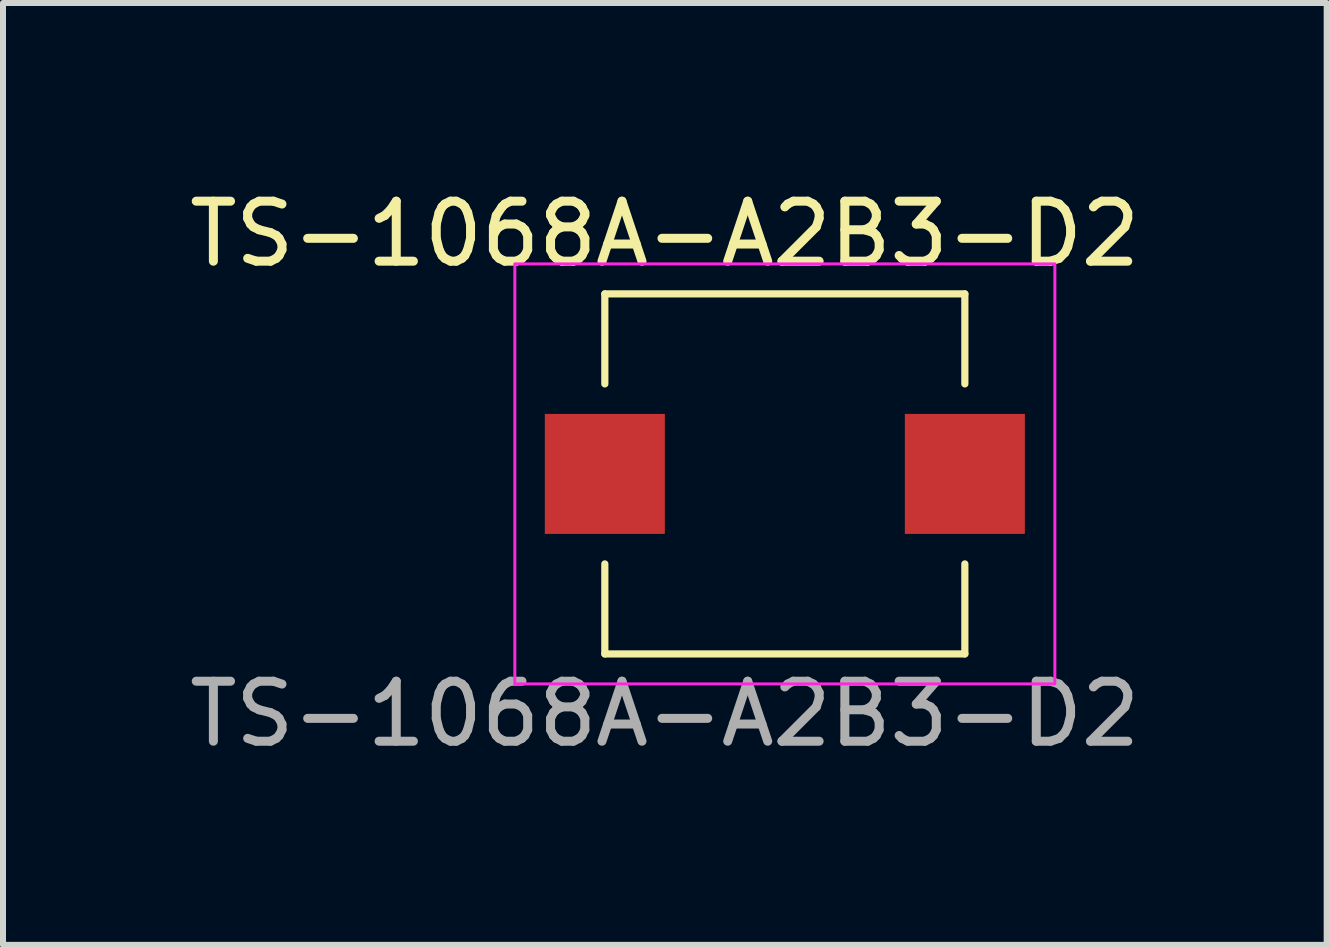
<source format=kicad_pcb>
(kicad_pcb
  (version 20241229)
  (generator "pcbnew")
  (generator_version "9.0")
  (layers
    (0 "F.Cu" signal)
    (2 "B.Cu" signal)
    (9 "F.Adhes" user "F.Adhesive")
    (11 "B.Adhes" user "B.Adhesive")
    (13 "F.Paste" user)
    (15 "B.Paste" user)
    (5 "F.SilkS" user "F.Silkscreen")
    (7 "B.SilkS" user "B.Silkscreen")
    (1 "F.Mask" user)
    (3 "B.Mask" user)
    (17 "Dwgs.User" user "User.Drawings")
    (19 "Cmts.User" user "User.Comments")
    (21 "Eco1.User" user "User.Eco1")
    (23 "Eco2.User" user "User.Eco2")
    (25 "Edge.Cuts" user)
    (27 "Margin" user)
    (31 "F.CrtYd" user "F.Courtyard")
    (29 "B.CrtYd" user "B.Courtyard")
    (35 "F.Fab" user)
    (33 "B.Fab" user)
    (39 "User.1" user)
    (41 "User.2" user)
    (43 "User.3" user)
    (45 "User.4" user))
  (footprint "TS-1068A-A2B3-D2"
    (layer "F.Cu")
    (at 10.03 4.848)
    (property "Reference" "TS-1068A-A2B3-D2" (at -2 -4 0) (unlocked yes) (layer "F.SilkS") (effects (font (size 1 1) (thickness 0.15))))
    (attr smd)
    (fp_line (start -3 -3) (end 3 -3) (stroke (width 0.12) (type solid)) (layer "F.SilkS"))
    (fp_line (start -3 -1.5) (end -3 -3) (stroke (width 0.12) (type solid)) (layer "F.SilkS"))
    (fp_line (start -3 1.5) (end -3 3) (stroke (width 0.12) (type solid)) (layer "F.SilkS"))
    (fp_line (start -3 3) (end 3 3) (stroke (width 0.12) (type solid)) (layer "F.SilkS"))
    (fp_line (start 3 -3) (end 3 -1.5) (stroke (width 0.12) (type solid)) (layer "F.SilkS"))
    (fp_line (start 3 3) (end 3 1.5) (stroke (width 0.12) (type solid)) (layer "F.SilkS"))
    (fp_rect (start -4.5 -3.5) (end 4.5 3.5) (stroke (width 0.05) (type solid)) (fill no) (layer "F.CrtYd"))
    (fp_text user "${REFERENCE}" (at -2 4 0) (unlocked yes) (layer "F.Fab") (effects (font (size 1 1) (thickness 0.15))))
    (pad "1" smd rect (at 3 0) (size 2 2) (layers "F.Cu" "F.Mask" "F.Paste"))
    (pad "2" smd rect (at -3 0) (size 2 2) (layers "F.Cu" "F.Mask" "F.Paste")))
  (gr_rect
    (start -3 -3)
    (end 19.06 12.697)
    (stroke (width 0.1) (type default))
    (fill no)
    (layer "Edge.Cuts")))
</source>
